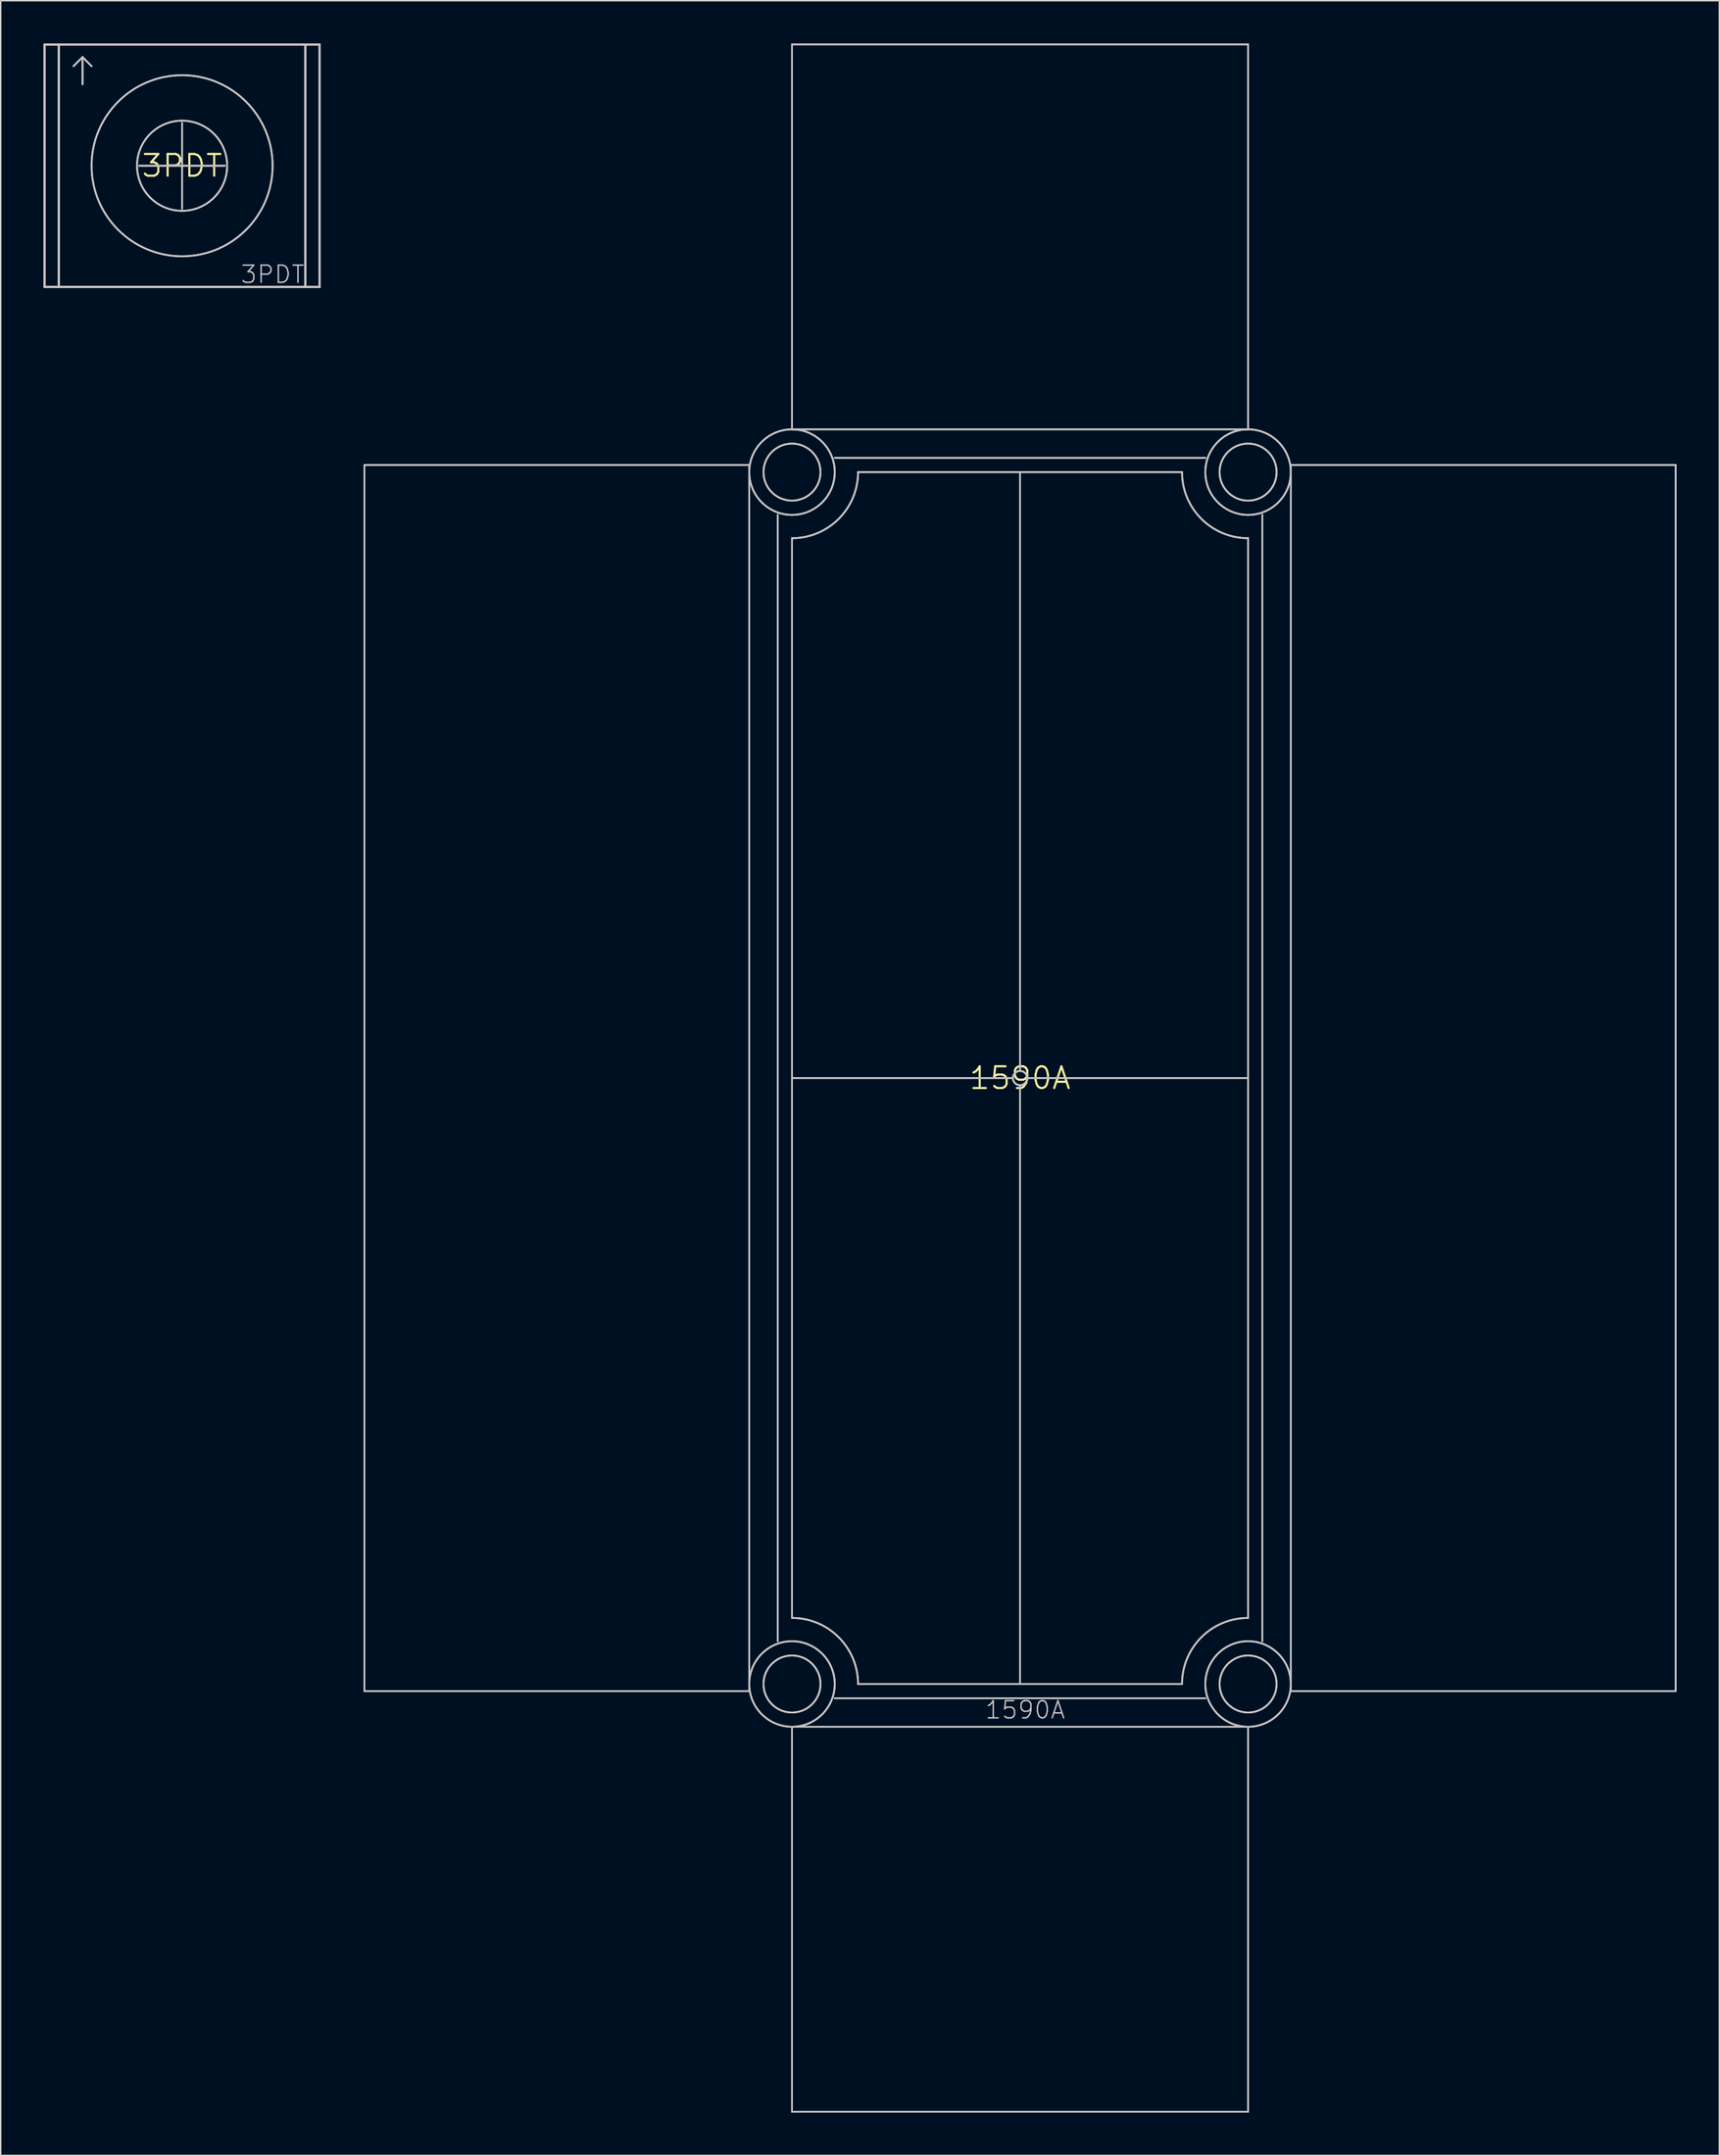
<source format=kicad_pcb>
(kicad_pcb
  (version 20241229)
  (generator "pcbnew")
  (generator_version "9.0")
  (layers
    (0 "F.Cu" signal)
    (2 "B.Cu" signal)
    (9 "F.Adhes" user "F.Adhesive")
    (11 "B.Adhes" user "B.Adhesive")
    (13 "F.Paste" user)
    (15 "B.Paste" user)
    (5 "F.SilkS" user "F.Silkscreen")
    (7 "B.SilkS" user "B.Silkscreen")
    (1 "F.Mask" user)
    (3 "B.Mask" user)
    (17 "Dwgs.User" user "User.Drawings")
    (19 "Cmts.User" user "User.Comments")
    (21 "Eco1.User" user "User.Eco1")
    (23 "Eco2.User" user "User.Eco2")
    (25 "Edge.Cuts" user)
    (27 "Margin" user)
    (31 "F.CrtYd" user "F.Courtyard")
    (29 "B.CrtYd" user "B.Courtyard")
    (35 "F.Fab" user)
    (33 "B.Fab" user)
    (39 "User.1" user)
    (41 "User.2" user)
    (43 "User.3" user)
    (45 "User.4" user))
  (footprint "3PDT"
    (layer "F.Cu")
    (at 9.726 8.576)
    (property "Reference" "3PDT" (at 0 0 0) (layer "F.SilkS") (effects (font (size 1.524 1.524) (thickness 0.15))))
    (attr through_hole)
    (fp_line (start -9.65 -8.5) (end -9.65 8.5) (stroke (width 0.152) (type solid)) (layer "Dwgs.User"))
    (fp_line (start -9.65 -8.5) (end -8.65 -8.5) (stroke (width 0.152) (type solid)) (layer "Dwgs.User"))
    (fp_line (start -9.65 8.5) (end -9.65 -8.5) (stroke (width 0.152) (type solid)) (layer "Dwgs.User"))
    (fp_line (start -9.65 8.5) (end -8.65 8.5) (stroke (width 0.152) (type solid)) (layer "Dwgs.User"))
    (fp_line (start -8.65 -8.5) (end -9.65 -8.5) (stroke (width 0.152) (type solid)) (layer "Dwgs.User"))
    (fp_line (start -8.65 -8.5) (end -8.65 8.5) (stroke (width 0.152) (type solid)) (layer "Dwgs.User"))
    (fp_line (start -8.65 -8.5) (end 8.65 -8.5) (stroke (width 0.152) (type solid)) (layer "Dwgs.User"))
    (fp_line (start -8.65 8.5) (end -9.65 8.5) (stroke (width 0.152) (type solid)) (layer "Dwgs.User"))
    (fp_line (start -8.65 8.5) (end -8.65 -8.5) (stroke (width 0.152) (type solid)) (layer "Dwgs.User"))
    (fp_line (start -8.65 8.5) (end 8.65 8.5) (stroke (width 0.152) (type solid)) (layer "Dwgs.User"))
    (fp_line (start -6.985 -7.62) (end -7.62 -6.985) (stroke (width 0.127) (type solid)) (layer "Dwgs.User"))
    (fp_line (start -6.985 -7.62) (end -7.62 -6.985) (stroke (width 0.127) (type solid)) (layer "Dwgs.User"))
    (fp_line (start -6.985 -7.62) (end -6.35 -6.985) (stroke (width 0.127) (type solid)) (layer "Dwgs.User"))
    (fp_line (start -6.985 -7.62) (end -6.35 -6.985) (stroke (width 0.127) (type solid)) (layer "Dwgs.User"))
    (fp_line (start -6.985 -5.715) (end -6.985 -7.62) (stroke (width 0.127) (type solid)) (layer "Dwgs.User"))
    (fp_line (start -6.985 -5.715) (end -6.985 -7.62) (stroke (width 0.127) (type solid)) (layer "Dwgs.User"))
    (fp_line (start -3 0) (end 3 0) (stroke (width 0.127) (type solid)) (layer "Dwgs.User"))
    (fp_line (start 0 -3) (end 0 3) (stroke (width 0.127) (type solid)) (layer "Dwgs.User"))
    (fp_line (start 0 -3) (end 0 3) (stroke (width 0.127) (type solid)) (layer "Dwgs.User"))
    (fp_line (start 3 0) (end -3 0) (stroke (width 0.127) (type solid)) (layer "Dwgs.User"))
    (fp_line (start 8.65 -8.5) (end -8.65 -8.5) (stroke (width 0.152) (type solid)) (layer "Dwgs.User"))
    (fp_line (start 8.65 -8.5) (end 8.65 8.5) (stroke (width 0.152) (type solid)) (layer "Dwgs.User"))
    (fp_line (start 8.65 -8.5) (end 9.65 -8.5) (stroke (width 0.152) (type solid)) (layer "Dwgs.User"))
    (fp_line (start 8.65 8.5) (end -8.65 8.5) (stroke (width 0.152) (type solid)) (layer "Dwgs.User"))
    (fp_line (start 8.65 8.5) (end 8.65 -8.5) (stroke (width 0.152) (type solid)) (layer "Dwgs.User"))
    (fp_line (start 8.65 8.5) (end 9.65 8.5) (stroke (width 0.152) (type solid)) (layer "Dwgs.User"))
    (fp_line (start 9.65 -8.5) (end 8.65 -8.5) (stroke (width 0.152) (type solid)) (layer "Dwgs.User"))
    (fp_line (start 9.65 -8.5) (end 9.65 8.5) (stroke (width 0.152) (type solid)) (layer "Dwgs.User"))
    (fp_line (start 9.65 8.5) (end 8.65 8.5) (stroke (width 0.152) (type solid)) (layer "Dwgs.User"))
    (fp_line (start 9.65 8.5) (end 9.65 -8.5) (stroke (width 0.152) (type solid)) (layer "Dwgs.User"))
    (fp_circle (center 0 0) (end 3.162 0) (stroke (width 0.127) (type solid)) (fill no) (layer "Dwgs.User"))
    (fp_circle (center 0 0) (end 3.162 0) (stroke (width 0.127) (type solid)) (fill no) (layer "Dwgs.User"))
    (fp_circle (center 0 0) (end 6.35 0) (stroke (width 0.127) (type solid)) (fill no) (layer "Dwgs.User"))
    (fp_circle (center 0 0) (end 6.35 0) (stroke (width 0.127) (type solid)) (fill no) (layer "Dwgs.User"))
    (fp_text user "3PDT" (at 6.35 7.62 0) (layer "Dwgs.User") (effects (font (size 1.206 1.206) (thickness 0.102)))))
  (footprint "1590A"
    (layer "F.Cu")
    (at 68.516 72.564)
    (property "Reference" "1590A" (at 0 0 0) (layer "F.SilkS") (effects (font (size 1.524 1.524) (thickness 0.15))))
    (attr through_hole)
    (fp_line (start -46 -43) (end -46 43) (stroke (width 0.127) (type solid)) (layer "Dwgs.User"))
    (fp_line (start -46 43) (end -46 -43) (stroke (width 0.127) (type solid)) (layer "Dwgs.User"))
    (fp_line (start -19 -43) (end -46 -43) (stroke (width 0.127) (type solid)) (layer "Dwgs.User"))
    (fp_line (start -19 -43) (end -46 -43) (stroke (width 0.127) (type solid)) (layer "Dwgs.User"))
    (fp_line (start -19 -43) (end -19 -42.5) (stroke (width 0.127) (type solid)) (layer "Dwgs.User"))
    (fp_line (start -19 42.5) (end -19 -43) (stroke (width 0.127) (type solid)) (layer "Dwgs.User"))
    (fp_line (start -19 42.5) (end -19 43) (stroke (width 0.127) (type solid)) (layer "Dwgs.User"))
    (fp_line (start -19 43) (end -46 43) (stroke (width 0.127) (type solid)) (layer "Dwgs.User"))
    (fp_line (start -19 43) (end -46 43) (stroke (width 0.127) (type solid)) (layer "Dwgs.User"))
    (fp_line (start -19 43) (end -19 -43) (stroke (width 0.127) (type solid)) (layer "Dwgs.User"))
    (fp_line (start -17 39.5) (end -17 -39.5) (stroke (width 0.127) (type solid)) (layer "Dwgs.User"))
    (fp_line (start -17 39.5) (end -17 -39.5) (stroke (width 0.127) (type solid)) (layer "Dwgs.User"))
    (fp_line (start -16 -72.5) (end 16 -72.5) (stroke (width 0.127) (type solid)) (layer "Dwgs.User"))
    (fp_line (start -16 -45.5) (end -16 -72.5) (stroke (width 0.127) (type solid)) (layer "Dwgs.User"))
    (fp_line (start -16 -45.5) (end -16 -72.5) (stroke (width 0.127) (type solid)) (layer "Dwgs.User"))
    (fp_line (start -16 -45.5) (end 16 -45.5) (stroke (width 0.127) (type solid)) (layer "Dwgs.User"))
    (fp_line (start -16 0) (end -16 -37.865) (stroke (width 0.127) (type solid)) (layer "Dwgs.User"))
    (fp_line (start -16 0) (end -16 -37.865) (stroke (width 0.127) (type solid)) (layer "Dwgs.User"))
    (fp_line (start -16 0) (end -0.5 0) (stroke (width 0.127) (type solid)) (layer "Dwgs.User"))
    (fp_line (start -16 37.865) (end -16 0) (stroke (width 0.127) (type solid)) (layer "Dwgs.User"))
    (fp_line (start -16 37.865) (end -16 0) (stroke (width 0.127) (type solid)) (layer "Dwgs.User"))
    (fp_line (start -16 45.5) (end -16 72.5) (stroke (width 0.127) (type solid)) (layer "Dwgs.User"))
    (fp_line (start -16 45.5) (end -16 72.5) (stroke (width 0.127) (type solid)) (layer "Dwgs.User"))
    (fp_line (start -16 45.5) (end 16 45.5) (stroke (width 0.127) (type solid)) (layer "Dwgs.User"))
    (fp_line (start -16 72.5) (end 16 72.5) (stroke (width 0.127) (type solid)) (layer "Dwgs.User"))
    (fp_line (start -13 -43.5) (end 13 -43.5) (stroke (width 0.127) (type solid)) (layer "Dwgs.User"))
    (fp_line (start -13 43.5) (end 13 43.5) (stroke (width 0.127) (type solid)) (layer "Dwgs.User"))
    (fp_line (start -11.365 -42.5) (end 0 -42.5) (stroke (width 0.127) (type solid)) (layer "Dwgs.User"))
    (fp_line (start -11.365 42.5) (end 0 42.5) (stroke (width 0.127) (type solid)) (layer "Dwgs.User"))
    (fp_line (start -0.5 0) (end -16 0) (stroke (width 0.127) (type solid)) (layer "Dwgs.User"))
    (fp_line (start 0 -42.5) (end -11.365 -42.5) (stroke (width 0.127) (type solid)) (layer "Dwgs.User"))
    (fp_line (start 0 -42.5) (end 0 -0.5) (stroke (width 0.127) (type solid)) (layer "Dwgs.User"))
    (fp_line (start 0 -42.5) (end 0 -0.5) (stroke (width 0.127) (type solid)) (layer "Dwgs.User"))
    (fp_line (start 0 -42.5) (end 11.365 -42.5) (stroke (width 0.127) (type solid)) (layer "Dwgs.User"))
    (fp_line (start 0 0.5) (end 0 42.5) (stroke (width 0.127) (type solid)) (layer "Dwgs.User"))
    (fp_line (start 0 0.5) (end 0 42.5) (stroke (width 0.127) (type solid)) (layer "Dwgs.User"))
    (fp_line (start 0 42.5) (end -11.365 42.5) (stroke (width 0.127) (type solid)) (layer "Dwgs.User"))
    (fp_line (start 0 42.5) (end 11.365 42.5) (stroke (width 0.127) (type solid)) (layer "Dwgs.User"))
    (fp_line (start 0.5 0) (end 16 0) (stroke (width 0.127) (type solid)) (layer "Dwgs.User"))
    (fp_line (start 11.365 -42.5) (end 0 -42.5) (stroke (width 0.127) (type solid)) (layer "Dwgs.User"))
    (fp_line (start 11.365 42.5) (end 0 42.5) (stroke (width 0.127) (type solid)) (layer "Dwgs.User"))
    (fp_line (start 13 -43.5) (end -13 -43.5) (stroke (width 0.127) (type solid)) (layer "Dwgs.User"))
    (fp_line (start 13 43.5) (end -13 43.5) (stroke (width 0.127) (type solid)) (layer "Dwgs.User"))
    (fp_line (start 16 -72.5) (end -16 -72.5) (stroke (width 0.127) (type solid)) (layer "Dwgs.User"))
    (fp_line (start 16 -45.5) (end -16 -45.5) (stroke (width 0.127) (type solid)) (layer "Dwgs.User"))
    (fp_line (start 16 -45.5) (end 16 -72.5) (stroke (width 0.127) (type solid)) (layer "Dwgs.User"))
    (fp_line (start 16 -45.5) (end 16 -72.5) (stroke (width 0.127) (type solid)) (layer "Dwgs.User"))
    (fp_line (start 16 0) (end 0.5 0) (stroke (width 0.127) (type solid)) (layer "Dwgs.User"))
    (fp_line (start 16 0) (end 16 -37.865) (stroke (width 0.127) (type solid)) (layer "Dwgs.User"))
    (fp_line (start 16 0) (end 16 -37.865) (stroke (width 0.127) (type solid)) (layer "Dwgs.User"))
    (fp_line (start 16 37.865) (end 16 0) (stroke (width 0.127) (type solid)) (layer "Dwgs.User"))
    (fp_line (start 16 37.865) (end 16 0) (stroke (width 0.127) (type solid)) (layer "Dwgs.User"))
    (fp_line (start 16 45.5) (end -16 45.5) (stroke (width 0.127) (type solid)) (layer "Dwgs.User"))
    (fp_line (start 16 45.5) (end 16 72.5) (stroke (width 0.127) (type solid)) (layer "Dwgs.User"))
    (fp_line (start 16 45.5) (end 16 72.5) (stroke (width 0.127) (type solid)) (layer "Dwgs.User"))
    (fp_line (start 16 72.5) (end -16 72.5) (stroke (width 0.127) (type solid)) (layer "Dwgs.User"))
    (fp_line (start 17 39.5) (end 17 -39.5) (stroke (width 0.127) (type solid)) (layer "Dwgs.User"))
    (fp_line (start 17 39.5) (end 17 -39.5) (stroke (width 0.127) (type solid)) (layer "Dwgs.User"))
    (fp_line (start 19 -43) (end 19 -42.5) (stroke (width 0.127) (type solid)) (layer "Dwgs.User"))
    (fp_line (start 19 -43) (end 46 -43) (stroke (width 0.127) (type solid)) (layer "Dwgs.User"))
    (fp_line (start 19 -43) (end 46 -43) (stroke (width 0.127) (type solid)) (layer "Dwgs.User"))
    (fp_line (start 19 42.5) (end 19 -43) (stroke (width 0.127) (type solid)) (layer "Dwgs.User"))
    (fp_line (start 19 42.5) (end 19 43) (stroke (width 0.127) (type solid)) (layer "Dwgs.User"))
    (fp_line (start 19 43) (end 19 -43) (stroke (width 0.127) (type solid)) (layer "Dwgs.User"))
    (fp_line (start 19 43) (end 46 43) (stroke (width 0.127) (type solid)) (layer "Dwgs.User"))
    (fp_line (start 19 43) (end 46 43) (stroke (width 0.127) (type solid)) (layer "Dwgs.User"))
    (fp_line (start 46 -43) (end 46 43) (stroke (width 0.127) (type solid)) (layer "Dwgs.User"))
    (fp_line (start 46 43) (end 46 -43) (stroke (width 0.127) (type solid)) (layer "Dwgs.User"))
    (fp_arc (start -16 37.865) (mid -12.72256 39.22256) (end -11.365 42.5) (stroke (width 0.127) (type solid)) (layer "Dwgs.User"))
    (fp_arc (start -16 37.865) (mid -12.72256 39.22256) (end -11.365 42.5) (stroke (width 0.127) (type solid)) (layer "Dwgs.User"))
    (fp_arc (start -11.365 -42.5) (mid -12.72256 -39.22256) (end -16 -37.865) (stroke (width 0.127) (type solid)) (layer "Dwgs.User"))
    (fp_arc (start -11.365 -42.5) (mid -12.72256 -39.22256) (end -16 -37.865) (stroke (width 0.127) (type solid)) (layer "Dwgs.User"))
    (fp_arc (start 11.365 42.5) (mid 12.72256 39.22256) (end 16 37.865) (stroke (width 0.127) (type solid)) (layer "Dwgs.User"))
    (fp_arc (start 11.365 42.5) (mid 12.72256 39.22256) (end 16 37.865) (stroke (width 0.127) (type solid)) (layer "Dwgs.User"))
    (fp_arc (start 16 -37.865) (mid 12.72256 -39.22256) (end 11.365 -42.5) (stroke (width 0.127) (type solid)) (layer "Dwgs.User"))
    (fp_arc (start 16 -37.865) (mid 12.72256 -39.22256) (end 11.365 -42.5) (stroke (width 0.127) (type solid)) (layer "Dwgs.User"))
    (fp_circle (center -16 -42.5) (end -14 -42.5) (stroke (width 0.127) (type solid)) (fill no) (layer "Dwgs.User"))
    (fp_circle (center -16 -42.5) (end -14 -42.5) (stroke (width 0.127) (type solid)) (fill no) (layer "Dwgs.User"))
    (fp_circle (center -16 -42.5) (end -13 -42.5) (stroke (width 0.127) (type solid)) (fill no) (layer "Dwgs.User"))
    (fp_circle (center -16 -42.5) (end -13 -42.5) (stroke (width 0.127) (type solid)) (fill no) (layer "Dwgs.User"))
    (fp_circle (center -16 42.5) (end -14 42.5) (stroke (width 0.127) (type solid)) (fill no) (layer "Dwgs.User"))
    (fp_circle (center -16 42.5) (end -14 42.5) (stroke (width 0.127) (type solid)) (fill no) (layer "Dwgs.User"))
    (fp_circle (center -16 42.5) (end -13 42.5) (stroke (width 0.127) (type solid)) (fill no) (layer "Dwgs.User"))
    (fp_circle (center -16 42.5) (end -13 42.5) (stroke (width 0.127) (type solid)) (fill no) (layer "Dwgs.User"))
    (fp_circle (center 0 0) (end 0.5 0) (stroke (width 0.127) (type solid)) (fill no) (layer "Dwgs.User"))
    (fp_circle (center 0 0) (end 0.5 0) (stroke (width 0.127) (type solid)) (fill no) (layer "Dwgs.User"))
    (fp_circle (center 16 -42.5) (end 18 -42.5) (stroke (width 0.127) (type solid)) (fill no) (layer "Dwgs.User"))
    (fp_circle (center 16 -42.5) (end 18 -42.5) (stroke (width 0.127) (type solid)) (fill no) (layer "Dwgs.User"))
    (fp_circle (center 16 -42.5) (end 19 -42.5) (stroke (width 0.127) (type solid)) (fill no) (layer "Dwgs.User"))
    (fp_circle (center 16 -42.5) (end 19 -42.5) (stroke (width 0.127) (type solid)) (fill no) (layer "Dwgs.User"))
    (fp_circle (center 16 42.5) (end 18 42.5) (stroke (width 0.127) (type solid)) (fill no) (layer "Dwgs.User"))
    (fp_circle (center 16 42.5) (end 18 42.5) (stroke (width 0.127) (type solid)) (fill no) (layer "Dwgs.User"))
    (fp_circle (center 16 42.5) (end 19 42.5) (stroke (width 0.127) (type solid)) (fill no) (layer "Dwgs.User"))
    (fp_circle (center 16 42.5) (end 19 42.5) (stroke (width 0.127) (type solid)) (fill no) (layer "Dwgs.User"))
    (fp_text user "1590A" (at -2.522 45.024 0) (layer "Dwgs.User") (effects (font (size 1.206 1.206) (thickness 0.102)) (justify left bottom))))
  (gr_rect
    (start -3 -3)
    (end 117.579 148.127)
    (stroke (width 0.1) (type default))
    (fill no)
    (layer "Edge.Cuts")))
</source>
